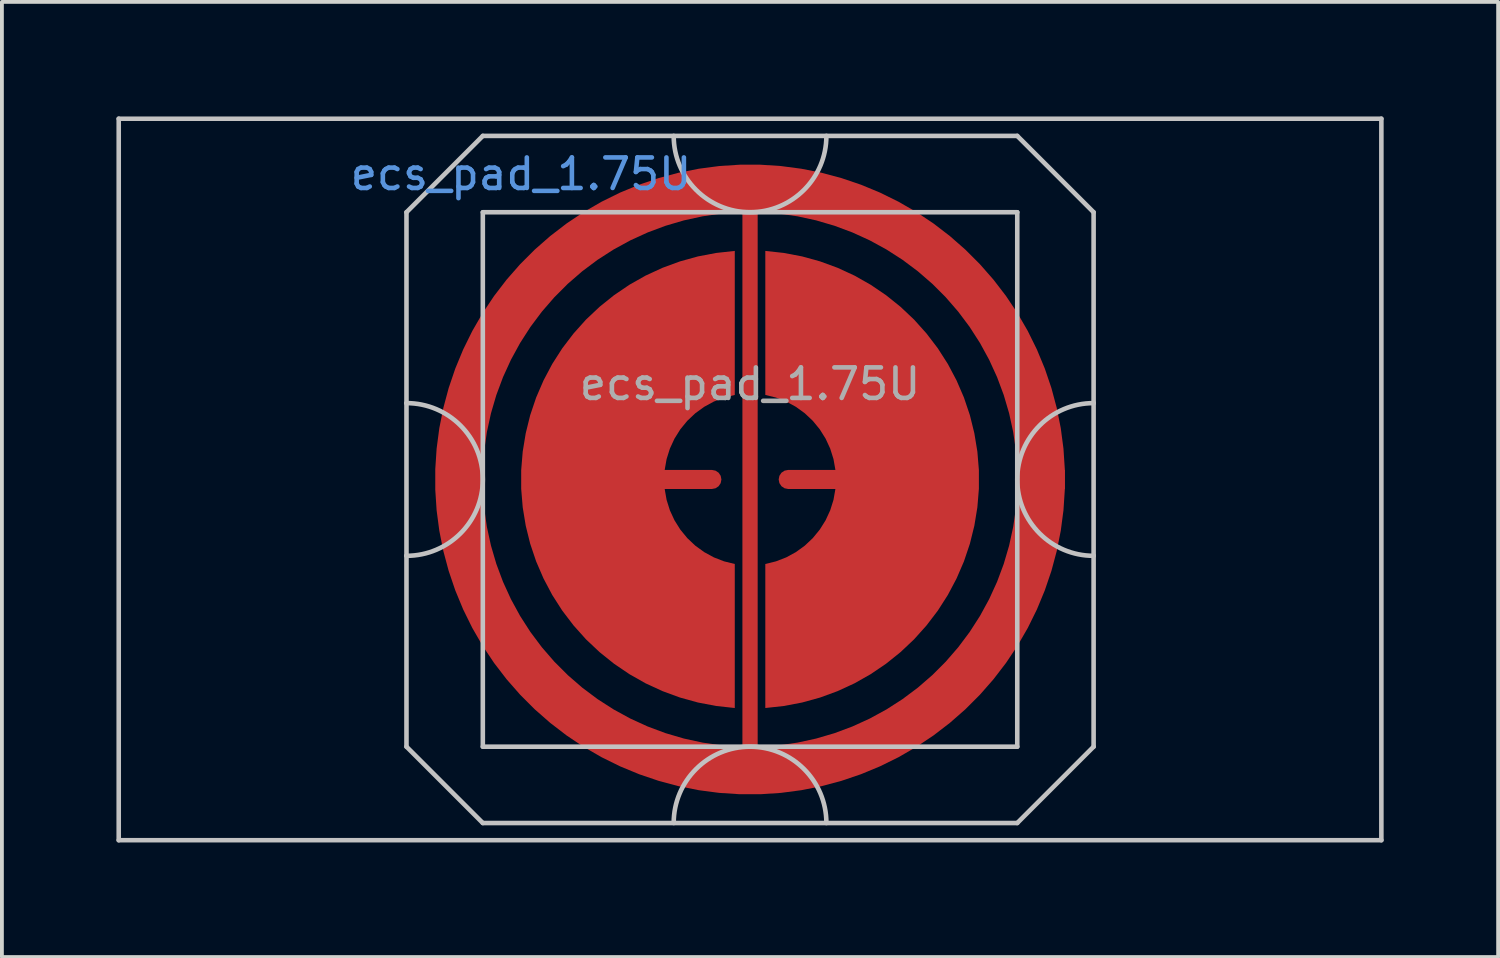
<source format=kicad_pcb>
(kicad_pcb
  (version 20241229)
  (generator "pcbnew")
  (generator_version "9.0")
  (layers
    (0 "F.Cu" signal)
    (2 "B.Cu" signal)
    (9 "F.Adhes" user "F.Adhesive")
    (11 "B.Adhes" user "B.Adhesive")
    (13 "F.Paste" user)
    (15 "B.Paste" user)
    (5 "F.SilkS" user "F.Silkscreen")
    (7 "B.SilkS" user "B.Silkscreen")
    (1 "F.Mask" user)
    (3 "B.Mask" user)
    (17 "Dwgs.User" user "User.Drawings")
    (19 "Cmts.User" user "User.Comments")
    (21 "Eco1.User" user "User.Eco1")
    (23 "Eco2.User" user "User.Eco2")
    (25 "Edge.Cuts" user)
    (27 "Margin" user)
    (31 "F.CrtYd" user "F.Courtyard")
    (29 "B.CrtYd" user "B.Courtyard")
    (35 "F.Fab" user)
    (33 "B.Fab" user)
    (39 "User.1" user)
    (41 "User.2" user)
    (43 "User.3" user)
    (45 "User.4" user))
  (footprint "ecs_pad_1.75U"
    (layer "F.Cu")
    (at 16.598 9.51)
    (property "Reference" "ecs_pad_1.75U" (at -6 -8 0) (layer "Cmts.User") (effects (font (size 0.8 0.8) (thickness 0.12))))
    (attr smd)
    (fp_line (start -16.538 -9.45) (end 16.538 -9.45) (stroke (width 0.12) (type solid)) (layer "Dwgs.User"))
    (fp_line (start -16.538 9.45) (end -16.538 -9.45) (stroke (width 0.12) (type solid)) (layer "Dwgs.User"))
    (fp_line (start -9 -7) (end -9 -2) (stroke (width 0.12) (type solid)) (layer "Dwgs.User"))
    (fp_line (start -9 -2) (end -9 2) (stroke (width 0.12) (type solid)) (layer "Dwgs.User"))
    (fp_line (start -9 2) (end -9 7) (stroke (width 0.12) (type solid)) (layer "Dwgs.User"))
    (fp_line (start -9 7) (end -7 9) (stroke (width 0.12) (type solid)) (layer "Dwgs.User"))
    (fp_line (start -7 -9) (end -9 -7) (stroke (width 0.12) (type solid)) (layer "Dwgs.User"))
    (fp_line (start -7 -7) (end -7 7) (stroke (width 0.12) (type solid)) (layer "Dwgs.User"))
    (fp_line (start -7 7) (end 7 7) (stroke (width 0.12) (type solid)) (layer "Dwgs.User"))
    (fp_line (start -7 9) (end 7 9) (stroke (width 0.12) (type solid)) (layer "Dwgs.User"))
    (fp_line (start 7 -9) (end -7 -9) (stroke (width 0.12) (type solid)) (layer "Dwgs.User"))
    (fp_line (start 7 -9) (end 9 -7) (stroke (width 0.12) (type solid)) (layer "Dwgs.User"))
    (fp_line (start 7 -7) (end -7 -7) (stroke (width 0.12) (type solid)) (layer "Dwgs.User"))
    (fp_line (start 7 7) (end 7 -7) (stroke (width 0.12) (type solid)) (layer "Dwgs.User"))
    (fp_line (start 7 9) (end 9 7) (stroke (width 0.12) (type solid)) (layer "Dwgs.User"))
    (fp_line (start 9 -2) (end 9 -7) (stroke (width 0.12) (type solid)) (layer "Dwgs.User"))
    (fp_line (start 9 -2) (end 9 2) (stroke (width 0.12) (type solid)) (layer "Dwgs.User"))
    (fp_line (start 9 7) (end 9 2) (stroke (width 0.12) (type solid)) (layer "Dwgs.User"))
    (fp_line (start 16.538 -9.45) (end 16.538 9.45) (stroke (width 0.12) (type solid)) (layer "Dwgs.User"))
    (fp_line (start 16.538 9.45) (end -16.538 9.45) (stroke (width 0.12) (type solid)) (layer "Dwgs.User"))
    (fp_arc (start -9 -2) (mid -7 0) (end -9 2) (stroke (width 0.12) (type solid)) (layer "Dwgs.User"))
    (fp_arc (start -2 9) (mid 0 7) (end 2 9) (stroke (width 0.12) (type solid)) (layer "Dwgs.User"))
    (fp_arc (start 2 -9) (mid 0 -7) (end -2 -9) (stroke (width 0.12) (type solid)) (layer "Dwgs.User"))
    (fp_arc (start 9 2) (mid 7 0) (end 9 -2) (stroke (width 0.12) (type solid)) (layer "Dwgs.User"))
    (fp_circle (center 0 0) (end 6.553 0) (stroke (width 0.12) (type solid)) (fill no) (layer "User.3"))
    (fp_text user "${REFERENCE}" (at 0 -2.5 0) (layer "F.Fab") (effects (font (size 0.8 0.8) (thickness 0.12))))
    (pad "1" smd custom (at -1 0) (size 0.4 0.4) (layers "F.Cu") (options (anchor circle)) (primitives (gr_poly (pts (xy 0.6 -2.214) (xy 0.32 -2.145) (xy 0.052 -2.041) (xy -0.201 -1.903) (xy -0.434 -1.734) (xy -0.644 -1.536) (xy -0.826 -1.314) (xy -0.979 -1.07) (xy -1.1 -0.808) (xy -1.186 -0.534) (xy -1.236 -0.25) (xy 0 -0.25) (xy 0.096 -0.231) (xy 0.177 -0.177) (xy 0.231 -0.096) (xy 0.25 0) (xy 0.231 0.096) (xy 0.177 0.177) (xy 0.096 0.231) (xy 0 0.25) (xy -1.236 0.25) (xy -1.186 0.534) (xy -1.1 0.808) (xy -0.979 1.07) (xy -0.826 1.314) (xy -0.644 1.536) (xy -0.434 1.734) (xy -0.201 1.903) (xy 0.052 2.041) (xy 0.32 2.145) (xy 0.6 2.214) (xy 0.6 5.987) (xy 0.115 5.934) (xy -0.364 5.843) (xy -0.834 5.713) (xy -1.292 5.545) (xy -1.735 5.341) (xy -2.159 5.101) (xy -2.563 4.827) (xy -2.943 4.522) (xy -3.298 4.187) (xy -3.623 3.824) (xy -3.919 3.436) (xy -4.182 3.025) (xy -4.41 2.594) (xy -4.603 2.147) (xy -4.759 1.684) (xy -4.876 1.211) (xy -4.955 0.73) (xy -4.995 0.244) (xy -4.995 -0.244) (xy -4.955 -0.73) (xy -4.876 -1.211) (xy -4.759 -1.684) (xy -4.603 -2.147) (xy -4.41 -2.594) (xy -4.182 -3.025) (xy -3.919 -3.436) (xy -3.623 -3.824) (xy -3.298 -4.187) (xy -2.943 -4.522) (xy -2.563 -4.827) (xy -2.159 -5.101) (xy -1.735 -5.341) (xy -1.292 -5.545) (xy -0.834 -5.713) (xy -0.364 -5.843) (xy 0.115 -5.934) (xy 0.6 -5.987)) (width 0) (fill yes))))
    (pad "2" smd custom (at 1 0 180) (size 0.4 0.4) (layers "F.Cu") (options (anchor circle)) (primitives (gr_poly (pts (xy 0.6 -2.214) (xy 0.32 -2.145) (xy 0.052 -2.041) (xy -0.201 -1.903) (xy -0.434 -1.734) (xy -0.644 -1.536) (xy -0.826 -1.314) (xy -0.979 -1.07) (xy -1.1 -0.808) (xy -1.186 -0.534) (xy -1.236 -0.25) (xy 0 -0.25) (xy 0.096 -0.231) (xy 0.177 -0.177) (xy 0.231 -0.096) (xy 0.25 0) (xy 0.231 0.096) (xy 0.177 0.177) (xy 0.096 0.231) (xy 0 0.25) (xy -1.236 0.25) (xy -1.186 0.534) (xy -1.1 0.808) (xy -0.979 1.07) (xy -0.826 1.314) (xy -0.644 1.536) (xy -0.434 1.734) (xy -0.201 1.903) (xy 0.052 2.041) (xy 0.32 2.145) (xy 0.6 2.214) (xy 0.6 5.987) (xy 0.115 5.934) (xy -0.364 5.843) (xy -0.834 5.713) (xy -1.292 5.545) (xy -1.735 5.341) (xy -2.159 5.101) (xy -2.563 4.827) (xy -2.943 4.522) (xy -3.298 4.187) (xy -3.623 3.824) (xy -3.919 3.436) (xy -4.182 3.025) (xy -4.41 2.594) (xy -4.603 2.147) (xy -4.759 1.684) (xy -4.876 1.211) (xy -4.955 0.73) (xy -4.995 0.244) (xy -4.995 -0.244) (xy -4.955 -0.73) (xy -4.876 -1.211) (xy -4.759 -1.684) (xy -4.603 -2.147) (xy -4.41 -2.594) (xy -4.182 -3.025) (xy -3.919 -3.436) (xy -3.623 -3.824) (xy -3.298 -4.187) (xy -2.943 -4.522) (xy -2.563 -4.827) (xy -2.159 -5.101) (xy -1.735 -5.341) (xy -1.292 -5.545) (xy -0.834 -5.713) (xy -0.364 -5.843) (xy 0.115 -5.934) (xy 0.6 -5.987)) (width 0) (fill yes))))
    (pad "3" smd custom (at 8 0) (size 0.5 0.5) (layers "F.Cu") (options (anchor rect)) (primitives (gr_circle (center -8 0) (end -0.375 0) (width 1.25) (fill no)) (gr_line (start -8 8) (end -8 -8) (width 0.4))))
    (zone (net_name "") (layer "B.Cu") (hatch edge 0.508) (connect_pads) (min_thickness 0.254) (filled_areas_thickness no) (keepout (tracks allowed) (vias allowed) (pads allowed) (copperpour not_allowed) (footprints allowed)) (placement (enabled no)) (fill) (polygon (pts (xy 23.156 9.51) (xy 23.136 8.995) (xy 23.075 8.484) (xy 22.975 7.979) (xy 22.835 7.483) (xy 22.657 7) (xy 22.441 6.533) (xy 22.189 6.083) (xy 21.903 5.655) (xy 21.584 5.251) (xy 21.235 4.873) (xy 20.857 4.523) (xy 20.452 4.204) (xy 20.024 3.918) (xy 19.575 3.667) (xy 19.107 3.451) (xy 18.624 3.273) (xy 18.128 3.133) (xy 17.623 3.032) (xy 17.112 2.972) (xy 16.598 2.952) (xy 16.083 2.972) (xy 15.572 3.032) (xy 15.067 3.133) (xy 14.571 3.273) (xy 14.088 3.451) (xy 13.62 3.667) (xy 13.171 3.918) (xy 12.743 4.204) (xy 12.338 4.523) (xy 11.96 4.873) (xy 11.611 5.251) (xy 11.292 5.655) (xy 11.006 6.083) (xy 10.754 6.533) (xy 10.538 7) (xy 10.36 7.483) (xy 10.22 7.979) (xy 10.12 8.484) (xy 10.059 8.995) (xy 10.039 9.51) (xy 10.059 10.025) (xy 10.12 10.536) (xy 10.22 11.041) (xy 10.36 11.537) (xy 10.538 12.02) (xy 10.754 12.487) (xy 11.006 12.937) (xy 11.292 13.365) (xy 11.611 13.769) (xy 11.96 14.147) (xy 12.338 14.497) (xy 12.743 14.816) (xy 13.171 15.102) (xy 13.62 15.353) (xy 14.088 15.569) (xy 14.571 15.747) (xy 15.067 15.887) (xy 15.572 15.988) (xy 16.083 16.048) (xy 16.598 16.068) (xy 17.112 16.048) (xy 17.623 15.988) (xy 18.128 15.887) (xy 18.624 15.747) (xy 19.107 15.569) (xy 19.575 15.353) (xy 20.024 15.102) (xy 20.452 14.816) (xy 20.857 14.497) (xy 21.235 14.147) (xy 21.584 13.769) (xy 21.903 13.365) (xy 22.189 12.937) (xy 22.441 12.487) (xy 22.657 12.02) (xy 22.835 11.537) (xy 22.975 11.041) (xy 23.075 10.536) (xy 23.136 10.025)))))
  (gr_rect
    (start -3 -3)
    (end 36.195 22.02)
    (stroke (width 0.1) (type default))
    (fill no)
    (layer "Edge.Cuts")))
</source>
